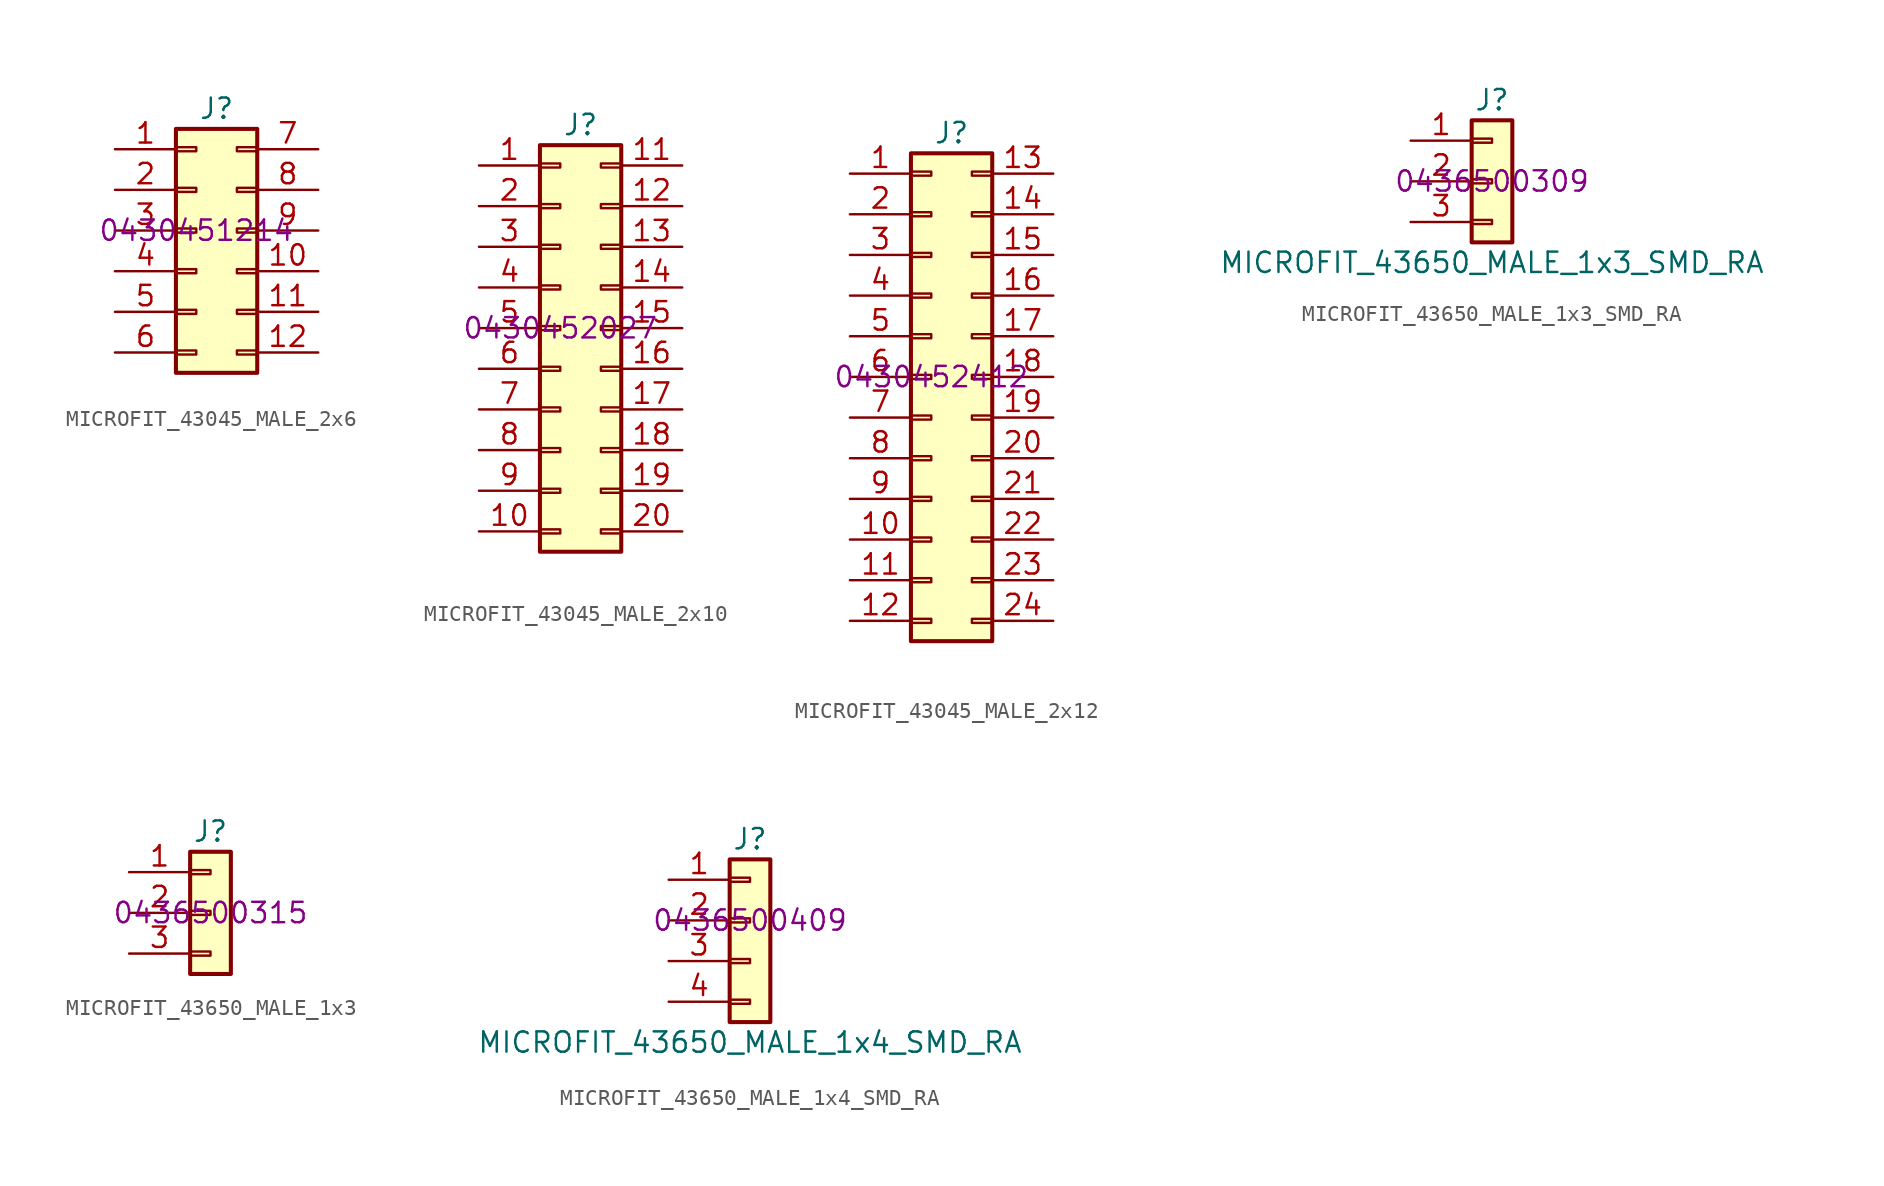
<source format=kicad_sym>
(kicad_symbol_lib
  (version 20211014)
  (generator kicad_symbol_editor)
  (symbol "MICROFIT_43045_MALE_2x6"
    (pin_names
      (offset 1.016) hide)
    (property "Reference" "J"
      (at 1.27 7.62 0)
      (effects (font (size 1.27 1.27))))
    (property "Manufacturer Part Number" "0430451214"
      (at 0 0 0)
      (effects (font (size 1.27 1.27))))
    (symbol "MICROFIT_43045_MALE_2x6_1_1"
      (rectangle (start -1.27 -7.493) (end 0 -7.747) (stroke (width 0.152) (type default) (color 0 0 0 0)) (fill (type none)))
      (rectangle (start -1.27 -4.953) (end 0 -5.207) (stroke (width 0.152) (type default) (color 0 0 0 0)) (fill (type none)))
      (rectangle (start -1.27 -2.413) (end 0 -2.667) (stroke (width 0.152) (type default) (color 0 0 0 0)) (fill (type none)))
      (rectangle (start -1.27 0.127) (end 0 -0.127) (stroke (width 0.152) (type default) (color 0 0 0 0)) (fill (type none)))
      (rectangle (start -1.27 2.667) (end 0 2.413) (stroke (width 0.152) (type default) (color 0 0 0 0)) (fill (type none)))
      (rectangle (start -1.27 5.207) (end 0 4.953) (stroke (width 0.152) (type default) (color 0 0 0 0)) (fill (type none)))
      (rectangle (start -1.27 6.35) (end 3.81 -8.89) (stroke (width 0.254) (type default) (color 0 0 0 0)) (fill (type background)))
      (rectangle (start 3.81 -7.493) (end 2.54 -7.747) (stroke (width 0.152) (type default) (color 0 0 0 0)) (fill (type none)))
      (rectangle (start 3.81 -4.953) (end 2.54 -5.207) (stroke (width 0.152) (type default) (color 0 0 0 0)) (fill (type none)))
      (rectangle (start 3.81 -2.413) (end 2.54 -2.667) (stroke (width 0.152) (type default) (color 0 0 0 0)) (fill (type none)))
      (rectangle (start 3.81 0.127) (end 2.54 -0.127) (stroke (width 0.152) (type default) (color 0 0 0 0)) (fill (type none)))
      (rectangle (start 3.81 2.667) (end 2.54 2.413) (stroke (width 0.152) (type default) (color 0 0 0 0)) (fill (type none)))
      (rectangle (start 3.81 5.207) (end 2.54 4.953) (stroke (width 0.152) (type default) (color 0 0 0 0)) (fill (type none)))
      (pin passive line (at -5.08 5.08 0) (length 3.81) (name "Pin_1" (effects (font (size 1.27 1.27)))) (number "1" (effects (font (size 1.27 1.27)))))
      (pin passive line (at 7.62 -2.54 180) (length 3.81) (name "Pin_10" (effects (font (size 1.27 1.27)))) (number "10" (effects (font (size 1.27 1.27)))))
      (pin passive line (at 7.62 -5.08 180) (length 3.81) (name "Pin_11" (effects (font (size 1.27 1.27)))) (number "11" (effects (font (size 1.27 1.27)))))
      (pin passive line (at 7.62 -7.62 180) (length 3.81) (name "Pin_12" (effects (font (size 1.27 1.27)))) (number "12" (effects (font (size 1.27 1.27)))))
      (pin passive line (at -5.08 2.54 0) (length 3.81) (name "Pin_2" (effects (font (size 1.27 1.27)))) (number "2" (effects (font (size 1.27 1.27)))))
      (pin passive line (at -5.08 0 0) (length 3.81) (name "Pin_3" (effects (font (size 1.27 1.27)))) (number "3" (effects (font (size 1.27 1.27)))))
      (pin passive line (at -5.08 -2.54 0) (length 3.81) (name "Pin_4" (effects (font (size 1.27 1.27)))) (number "4" (effects (font (size 1.27 1.27)))))
      (pin passive line (at -5.08 -5.08 0) (length 3.81) (name "Pin_5" (effects (font (size 1.27 1.27)))) (number "5" (effects (font (size 1.27 1.27)))))
      (pin passive line (at -5.08 -7.62 0) (length 3.81) (name "Pin_6" (effects (font (size 1.27 1.27)))) (number "6" (effects (font (size 1.27 1.27)))))
      (pin passive line (at 7.62 5.08 180) (length 3.81) (name "Pin_7" (effects (font (size 1.27 1.27)))) (number "7" (effects (font (size 1.27 1.27)))))
      (pin passive line (at 7.62 2.54 180) (length 3.81) (name "Pin_8" (effects (font (size 1.27 1.27)))) (number "8" (effects (font (size 1.27 1.27)))))
      (pin passive line (at 7.62 0 180) (length 3.81) (name "Pin_9" (effects (font (size 1.27 1.27)))) (number "9" (effects (font (size 1.27 1.27)))))))
  (symbol "MICROFIT_43045_MALE_2x10"
    (pin_names
      (offset 1.016) hide)
    (property "Reference" "J"
      (at 1.27 12.7 0)
      (effects (font (size 1.27 1.27))))
    (property "Manufacturer Part Number" "0430452027"
      (at 0 0 0)
      (effects (font (size 1.27 1.27))))
    (symbol "MICROFIT_43045_MALE_2x10_1_1"
      (rectangle (start -1.27 -12.573) (end 0 -12.827) (stroke (width 0.152) (type default) (color 0 0 0 0)) (fill (type none)))
      (rectangle (start -1.27 -10.033) (end 0 -10.287) (stroke (width 0.152) (type default) (color 0 0 0 0)) (fill (type none)))
      (rectangle (start -1.27 -7.493) (end 0 -7.747) (stroke (width 0.152) (type default) (color 0 0 0 0)) (fill (type none)))
      (rectangle (start -1.27 -4.953) (end 0 -5.207) (stroke (width 0.152) (type default) (color 0 0 0 0)) (fill (type none)))
      (rectangle (start -1.27 -2.413) (end 0 -2.667) (stroke (width 0.152) (type default) (color 0 0 0 0)) (fill (type none)))
      (rectangle (start -1.27 0.127) (end 0 -0.127) (stroke (width 0.152) (type default) (color 0 0 0 0)) (fill (type none)))
      (rectangle (start -1.27 2.667) (end 0 2.413) (stroke (width 0.152) (type default) (color 0 0 0 0)) (fill (type none)))
      (rectangle (start -1.27 5.207) (end 0 4.953) (stroke (width 0.152) (type default) (color 0 0 0 0)) (fill (type none)))
      (rectangle (start -1.27 7.747) (end 0 7.493) (stroke (width 0.152) (type default) (color 0 0 0 0)) (fill (type none)))
      (rectangle (start -1.27 10.287) (end 0 10.033) (stroke (width 0.152) (type default) (color 0 0 0 0)) (fill (type none)))
      (rectangle (start -1.27 11.43) (end 3.81 -13.97) (stroke (width 0.254) (type default) (color 0 0 0 0)) (fill (type background)))
      (rectangle (start 3.81 -12.573) (end 2.54 -12.827) (stroke (width 0.152) (type default) (color 0 0 0 0)) (fill (type none)))
      (rectangle (start 3.81 -10.033) (end 2.54 -10.287) (stroke (width 0.152) (type default) (color 0 0 0 0)) (fill (type none)))
      (rectangle (start 3.81 -7.493) (end 2.54 -7.747) (stroke (width 0.152) (type default) (color 0 0 0 0)) (fill (type none)))
      (rectangle (start 3.81 -4.953) (end 2.54 -5.207) (stroke (width 0.152) (type default) (color 0 0 0 0)) (fill (type none)))
      (rectangle (start 3.81 -2.413) (end 2.54 -2.667) (stroke (width 0.152) (type default) (color 0 0 0 0)) (fill (type none)))
      (rectangle (start 3.81 0.127) (end 2.54 -0.127) (stroke (width 0.152) (type default) (color 0 0 0 0)) (fill (type none)))
      (rectangle (start 3.81 2.667) (end 2.54 2.413) (stroke (width 0.152) (type default) (color 0 0 0 0)) (fill (type none)))
      (rectangle (start 3.81 5.207) (end 2.54 4.953) (stroke (width 0.152) (type default) (color 0 0 0 0)) (fill (type none)))
      (rectangle (start 3.81 7.747) (end 2.54 7.493) (stroke (width 0.152) (type default) (color 0 0 0 0)) (fill (type none)))
      (rectangle (start 3.81 10.287) (end 2.54 10.033) (stroke (width 0.152) (type default) (color 0 0 0 0)) (fill (type none)))
      (pin passive line (at -5.08 10.16 0) (length 3.81) (name "Pin_1" (effects (font (size 1.27 1.27)))) (number "1" (effects (font (size 1.27 1.27)))))
      (pin passive line (at -5.08 -12.7 0) (length 3.81) (name "Pin_10" (effects (font (size 1.27 1.27)))) (number "10" (effects (font (size 1.27 1.27)))))
      (pin passive line (at 7.62 10.16 180) (length 3.81) (name "Pin_11" (effects (font (size 1.27 1.27)))) (number "11" (effects (font (size 1.27 1.27)))))
      (pin passive line (at 7.62 7.62 180) (length 3.81) (name "Pin_12" (effects (font (size 1.27 1.27)))) (number "12" (effects (font (size 1.27 1.27)))))
      (pin passive line (at 7.62 5.08 180) (length 3.81) (name "Pin_13" (effects (font (size 1.27 1.27)))) (number "13" (effects (font (size 1.27 1.27)))))
      (pin passive line (at 7.62 2.54 180) (length 3.81) (name "Pin_14" (effects (font (size 1.27 1.27)))) (number "14" (effects (font (size 1.27 1.27)))))
      (pin passive line (at 7.62 0 180) (length 3.81) (name "Pin_15" (effects (font (size 1.27 1.27)))) (number "15" (effects (font (size 1.27 1.27)))))
      (pin passive line (at 7.62 -2.54 180) (length 3.81) (name "Pin_16" (effects (font (size 1.27 1.27)))) (number "16" (effects (font (size 1.27 1.27)))))
      (pin passive line (at 7.62 -5.08 180) (length 3.81) (name "Pin_17" (effects (font (size 1.27 1.27)))) (number "17" (effects (font (size 1.27 1.27)))))
      (pin passive line (at 7.62 -7.62 180) (length 3.81) (name "Pin_18" (effects (font (size 1.27 1.27)))) (number "18" (effects (font (size 1.27 1.27)))))
      (pin passive line (at 7.62 -10.16 180) (length 3.81) (name "Pin_19" (effects (font (size 1.27 1.27)))) (number "19" (effects (font (size 1.27 1.27)))))
      (pin passive line (at -5.08 7.62 0) (length 3.81) (name "Pin_2" (effects (font (size 1.27 1.27)))) (number "2" (effects (font (size 1.27 1.27)))))
      (pin passive line (at 7.62 -12.7 180) (length 3.81) (name "Pin_20" (effects (font (size 1.27 1.27)))) (number "20" (effects (font (size 1.27 1.27)))))
      (pin passive line (at -5.08 5.08 0) (length 3.81) (name "Pin_3" (effects (font (size 1.27 1.27)))) (number "3" (effects (font (size 1.27 1.27)))))
      (pin passive line (at -5.08 2.54 0) (length 3.81) (name "Pin_4" (effects (font (size 1.27 1.27)))) (number "4" (effects (font (size 1.27 1.27)))))
      (pin passive line (at -5.08 0 0) (length 3.81) (name "Pin_5" (effects (font (size 1.27 1.27)))) (number "5" (effects (font (size 1.27 1.27)))))
      (pin passive line (at -5.08 -2.54 0) (length 3.81) (name "Pin_6" (effects (font (size 1.27 1.27)))) (number "6" (effects (font (size 1.27 1.27)))))
      (pin passive line (at -5.08 -5.08 0) (length 3.81) (name "Pin_7" (effects (font (size 1.27 1.27)))) (number "7" (effects (font (size 1.27 1.27)))))
      (pin passive line (at -5.08 -7.62 0) (length 3.81) (name "Pin_8" (effects (font (size 1.27 1.27)))) (number "8" (effects (font (size 1.27 1.27)))))
      (pin passive line (at -5.08 -10.16 0) (length 3.81) (name "Pin_9" (effects (font (size 1.27 1.27)))) (number "9" (effects (font (size 1.27 1.27)))))))
  (symbol "MICROFIT_43045_MALE_2x12"
    (pin_names
      (offset 1.016) hide)
    (property "Reference" "J"
      (at 1.27 15.24 0)
      (effects (font (size 1.27 1.27))))
    (property "Manufacturer Part Number" "0430452412"
      (at 0 0 0)
      (effects (font (size 1.27 1.27))))
    (symbol "MICROFIT_43045_MALE_2x12_1_1"
      (rectangle (start -1.27 -15.113) (end 0 -15.367) (stroke (width 0.152) (type default) (color 0 0 0 0)) (fill (type none)))
      (rectangle (start -1.27 -12.573) (end 0 -12.827) (stroke (width 0.152) (type default) (color 0 0 0 0)) (fill (type none)))
      (rectangle (start -1.27 -10.033) (end 0 -10.287) (stroke (width 0.152) (type default) (color 0 0 0 0)) (fill (type none)))
      (rectangle (start -1.27 -7.493) (end 0 -7.747) (stroke (width 0.152) (type default) (color 0 0 0 0)) (fill (type none)))
      (rectangle (start -1.27 -4.953) (end 0 -5.207) (stroke (width 0.152) (type default) (color 0 0 0 0)) (fill (type none)))
      (rectangle (start -1.27 -2.413) (end 0 -2.667) (stroke (width 0.152) (type default) (color 0 0 0 0)) (fill (type none)))
      (rectangle (start -1.27 0.127) (end 0 -0.127) (stroke (width 0.152) (type default) (color 0 0 0 0)) (fill (type none)))
      (rectangle (start -1.27 2.667) (end 0 2.413) (stroke (width 0.152) (type default) (color 0 0 0 0)) (fill (type none)))
      (rectangle (start -1.27 5.207) (end 0 4.953) (stroke (width 0.152) (type default) (color 0 0 0 0)) (fill (type none)))
      (rectangle (start -1.27 7.747) (end 0 7.493) (stroke (width 0.152) (type default) (color 0 0 0 0)) (fill (type none)))
      (rectangle (start -1.27 10.287) (end 0 10.033) (stroke (width 0.152) (type default) (color 0 0 0 0)) (fill (type none)))
      (rectangle (start -1.27 12.827) (end 0 12.573) (stroke (width 0.152) (type default) (color 0 0 0 0)) (fill (type none)))
      (rectangle (start -1.27 13.97) (end 3.81 -16.51) (stroke (width 0.254) (type default) (color 0 0 0 0)) (fill (type background)))
      (rectangle (start 3.81 -15.113) (end 2.54 -15.367) (stroke (width 0.152) (type default) (color 0 0 0 0)) (fill (type none)))
      (rectangle (start 3.81 -12.573) (end 2.54 -12.827) (stroke (width 0.152) (type default) (color 0 0 0 0)) (fill (type none)))
      (rectangle (start 3.81 -10.033) (end 2.54 -10.287) (stroke (width 0.152) (type default) (color 0 0 0 0)) (fill (type none)))
      (rectangle (start 3.81 -7.493) (end 2.54 -7.747) (stroke (width 0.152) (type default) (color 0 0 0 0)) (fill (type none)))
      (rectangle (start 3.81 -4.953) (end 2.54 -5.207) (stroke (width 0.152) (type default) (color 0 0 0 0)) (fill (type none)))
      (rectangle (start 3.81 -2.413) (end 2.54 -2.667) (stroke (width 0.152) (type default) (color 0 0 0 0)) (fill (type none)))
      (rectangle (start 3.81 0.127) (end 2.54 -0.127) (stroke (width 0.152) (type default) (color 0 0 0 0)) (fill (type none)))
      (rectangle (start 3.81 2.667) (end 2.54 2.413) (stroke (width 0.152) (type default) (color 0 0 0 0)) (fill (type none)))
      (rectangle (start 3.81 5.207) (end 2.54 4.953) (stroke (width 0.152) (type default) (color 0 0 0 0)) (fill (type none)))
      (rectangle (start 3.81 7.747) (end 2.54 7.493) (stroke (width 0.152) (type default) (color 0 0 0 0)) (fill (type none)))
      (rectangle (start 3.81 10.287) (end 2.54 10.033) (stroke (width 0.152) (type default) (color 0 0 0 0)) (fill (type none)))
      (rectangle (start 3.81 12.827) (end 2.54 12.573) (stroke (width 0.152) (type default) (color 0 0 0 0)) (fill (type none)))
      (pin passive line (at -5.08 12.7 0) (length 3.81) (name "Pin_1" (effects (font (size 1.27 1.27)))) (number "1" (effects (font (size 1.27 1.27)))))
      (pin passive line (at -5.08 -10.16 0) (length 3.81) (name "Pin_10" (effects (font (size 1.27 1.27)))) (number "10" (effects (font (size 1.27 1.27)))))
      (pin passive line (at -5.08 -12.7 0) (length 3.81) (name "Pin_11" (effects (font (size 1.27 1.27)))) (number "11" (effects (font (size 1.27 1.27)))))
      (pin passive line (at -5.08 -15.24 0) (length 3.81) (name "Pin_12" (effects (font (size 1.27 1.27)))) (number "12" (effects (font (size 1.27 1.27)))))
      (pin passive line (at 7.62 12.7 180) (length 3.81) (name "Pin_13" (effects (font (size 1.27 1.27)))) (number "13" (effects (font (size 1.27 1.27)))))
      (pin passive line (at 7.62 10.16 180) (length 3.81) (name "Pin_14" (effects (font (size 1.27 1.27)))) (number "14" (effects (font (size 1.27 1.27)))))
      (pin passive line (at 7.62 7.62 180) (length 3.81) (name "Pin_15" (effects (font (size 1.27 1.27)))) (number "15" (effects (font (size 1.27 1.27)))))
      (pin passive line (at 7.62 5.08 180) (length 3.81) (name "Pin_16" (effects (font (size 1.27 1.27)))) (number "16" (effects (font (size 1.27 1.27)))))
      (pin passive line (at 7.62 2.54 180) (length 3.81) (name "Pin_17" (effects (font (size 1.27 1.27)))) (number "17" (effects (font (size 1.27 1.27)))))
      (pin passive line (at 7.62 0 180) (length 3.81) (name "Pin_18" (effects (font (size 1.27 1.27)))) (number "18" (effects (font (size 1.27 1.27)))))
      (pin passive line (at 7.62 -2.54 180) (length 3.81) (name "Pin_19" (effects (font (size 1.27 1.27)))) (number "19" (effects (font (size 1.27 1.27)))))
      (pin passive line (at -5.08 10.16 0) (length 3.81) (name "Pin_2" (effects (font (size 1.27 1.27)))) (number "2" (effects (font (size 1.27 1.27)))))
      (pin passive line (at 7.62 -5.08 180) (length 3.81) (name "Pin_20" (effects (font (size 1.27 1.27)))) (number "20" (effects (font (size 1.27 1.27)))))
      (pin passive line (at 7.62 -7.62 180) (length 3.81) (name "Pin_21" (effects (font (size 1.27 1.27)))) (number "21" (effects (font (size 1.27 1.27)))))
      (pin passive line (at 7.62 -10.16 180) (length 3.81) (name "Pin_22" (effects (font (size 1.27 1.27)))) (number "22" (effects (font (size 1.27 1.27)))))
      (pin passive line (at 7.62 -12.7 180) (length 3.81) (name "Pin_23" (effects (font (size 1.27 1.27)))) (number "23" (effects (font (size 1.27 1.27)))))
      (pin passive line (at 7.62 -15.24 180) (length 3.81) (name "Pin_24" (effects (font (size 1.27 1.27)))) (number "24" (effects (font (size 1.27 1.27)))))
      (pin passive line (at -5.08 7.62 0) (length 3.81) (name "Pin_3" (effects (font (size 1.27 1.27)))) (number "3" (effects (font (size 1.27 1.27)))))
      (pin passive line (at -5.08 5.08 0) (length 3.81) (name "Pin_4" (effects (font (size 1.27 1.27)))) (number "4" (effects (font (size 1.27 1.27)))))
      (pin passive line (at -5.08 2.54 0) (length 3.81) (name "Pin_5" (effects (font (size 1.27 1.27)))) (number "5" (effects (font (size 1.27 1.27)))))
      (pin passive line (at -5.08 0 0) (length 3.81) (name "Pin_6" (effects (font (size 1.27 1.27)))) (number "6" (effects (font (size 1.27 1.27)))))
      (pin passive line (at -5.08 -2.54 0) (length 3.81) (name "Pin_7" (effects (font (size 1.27 1.27)))) (number "7" (effects (font (size 1.27 1.27)))))
      (pin passive line (at -5.08 -5.08 0) (length 3.81) (name "Pin_8" (effects (font (size 1.27 1.27)))) (number "8" (effects (font (size 1.27 1.27)))))
      (pin passive line (at -5.08 -7.62 0) (length 3.81) (name "Pin_9" (effects (font (size 1.27 1.27)))) (number "9" (effects (font (size 1.27 1.27)))))))
  (symbol "MICROFIT_43650_MALE_1x3_SMD_RA"
    (pin_names
      (offset 1.016) hide)
    (property "Reference" "J"
      (at 0 5.08 0)
      (effects (font (size 1.27 1.27))))
    (property "Value" "MICROFIT_43650_MALE_1x3_SMD_RA"
      (at 0 -5.08 0)
      (effects (font (size 1.27 1.27))))
    (property "Manufacturer Part Number" "0436500309"
      (at 0 0 0)
      (effects (font (size 1.27 1.27))))
    (symbol "MICROFIT_43650_MALE_1x3_SMD_RA_1_1"
      (rectangle (start -1.27 -2.413) (end 0 -2.667) (stroke (width 0.152) (type default) (color 0 0 0 0)) (fill (type none)))
      (rectangle (start -1.27 0.127) (end 0 -0.127) (stroke (width 0.152) (type default) (color 0 0 0 0)) (fill (type none)))
      (rectangle (start -1.27 2.667) (end 0 2.413) (stroke (width 0.152) (type default) (color 0 0 0 0)) (fill (type none)))
      (rectangle (start -1.27 3.81) (end 1.27 -3.81) (stroke (width 0.254) (type default) (color 0 0 0 0)) (fill (type background)))
      (pin passive line (at -5.08 2.54 0) (length 3.81) (name "Pin_1" (effects (font (size 1.27 1.27)))) (number "1" (effects (font (size 1.27 1.27)))))
      (pin passive line (at -5.08 0 0) (length 3.81) (name "Pin_2" (effects (font (size 1.27 1.27)))) (number "2" (effects (font (size 1.27 1.27)))))
      (pin passive line (at -5.08 -2.54 0) (length 3.81) (name "Pin_3" (effects (font (size 1.27 1.27)))) (number "3" (effects (font (size 1.27 1.27)))))))
  (symbol "MICROFIT_43650_MALE_1x3"
    (pin_names
      (offset 1.016) hide)
    (property "Reference" "J"
      (at 0 5.08 0)
      (effects (font (size 1.27 1.27))))
    (property "Manufacturer Part Number" "0436500315"
      (at 0 0 0)
      (effects (font (size 1.27 1.27))))
    (symbol "MICROFIT_43650_MALE_1x3_1_1"
      (rectangle (start -1.27 -2.413) (end 0 -2.667) (stroke (width 0.152) (type default) (color 0 0 0 0)) (fill (type none)))
      (rectangle (start -1.27 0.127) (end 0 -0.127) (stroke (width 0.152) (type default) (color 0 0 0 0)) (fill (type none)))
      (rectangle (start -1.27 2.667) (end 0 2.413) (stroke (width 0.152) (type default) (color 0 0 0 0)) (fill (type none)))
      (rectangle (start -1.27 3.81) (end 1.27 -3.81) (stroke (width 0.254) (type default) (color 0 0 0 0)) (fill (type background)))
      (pin passive line (at -5.08 2.54 0) (length 3.81) (name "Pin_1" (effects (font (size 1.27 1.27)))) (number "1" (effects (font (size 1.27 1.27)))))
      (pin passive line (at -5.08 0 0) (length 3.81) (name "Pin_2" (effects (font (size 1.27 1.27)))) (number "2" (effects (font (size 1.27 1.27)))))
      (pin passive line (at -5.08 -2.54 0) (length 3.81) (name "Pin_3" (effects (font (size 1.27 1.27)))) (number "3" (effects (font (size 1.27 1.27)))))))
  (symbol "MICROFIT_43650_MALE_1x4_SMD_RA"
    (pin_names
      (offset 1.016) hide)
    (property "Reference" "J"
      (at 0 5.08 0)
      (effects (font (size 1.27 1.27))))
    (property "Value" "MICROFIT_43650_MALE_1x4_SMD_RA"
      (at 0 -7.62 0)
      (effects (font (size 1.27 1.27))))
    (property "Manufacturer Part Number" "0436500409"
      (at 0 0 0)
      (effects (font (size 1.27 1.27))))
    (symbol "MICROFIT_43650_MALE_1x4_SMD_RA_1_1"
      (rectangle (start -1.27 -4.953) (end 0 -5.207) (stroke (width 0.152) (type default) (color 0 0 0 0)) (fill (type none)))
      (rectangle (start -1.27 -2.413) (end 0 -2.667) (stroke (width 0.152) (type default) (color 0 0 0 0)) (fill (type none)))
      (rectangle (start -1.27 0.127) (end 0 -0.127) (stroke (width 0.152) (type default) (color 0 0 0 0)) (fill (type none)))
      (rectangle (start -1.27 2.667) (end 0 2.413) (stroke (width 0.152) (type default) (color 0 0 0 0)) (fill (type none)))
      (rectangle (start -1.27 3.81) (end 1.27 -6.35) (stroke (width 0.254) (type default) (color 0 0 0 0)) (fill (type background)))
      (pin passive line (at -5.08 2.54 0) (length 3.81) (name "Pin_1" (effects (font (size 1.27 1.27)))) (number "1" (effects (font (size 1.27 1.27)))))
      (pin passive line (at -5.08 0 0) (length 3.81) (name "Pin_2" (effects (font (size 1.27 1.27)))) (number "2" (effects (font (size 1.27 1.27)))))
      (pin passive line (at -5.08 -2.54 0) (length 3.81) (name "Pin_3" (effects (font (size 1.27 1.27)))) (number "3" (effects (font (size 1.27 1.27)))))
      (pin passive line (at -5.08 -5.08 0) (length 3.81) (name "Pin_4" (effects (font (size 1.27 1.27)))) (number "4" (effects (font (size 1.27 1.27))))))))
</source>
